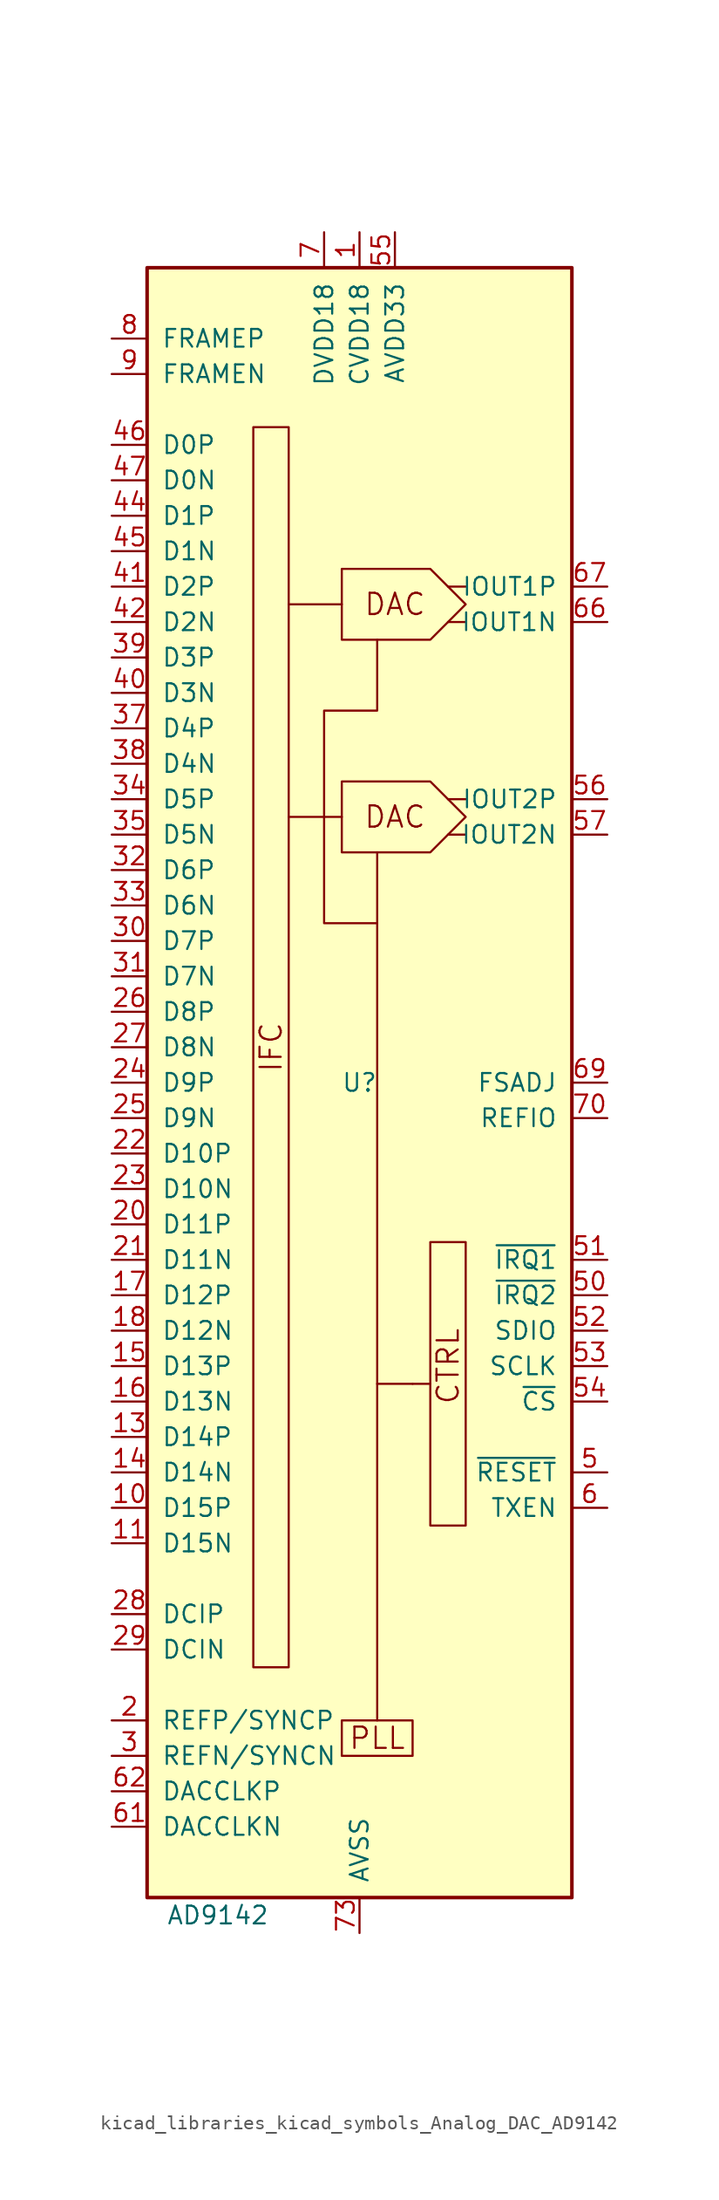
<source format=kicad_sym>
(kicad_symbol_lib
  (version 20220914)
  (generator kicad_symbol_editor)
  (symbol "kicad_libraries_kicad_symbols_Analog_DAC_AD9142"
    (pin_names
      (offset 1.016))
    (property "Reference" "U"
      (at 0 0 0)
      (effects (font (size 1.27 1.27))))
    (property "Value" "AD9142"
      (at -10.16 -59.69 0)
      (effects (font (size 1.27 1.27))))
    (symbol "kicad_libraries_kicad_symbols_Analog_DAC_AD9142_0_0"
      (rectangle (start -7.62 46.99) (end -5.08 -41.91) (stroke (width 0) (type default)) (fill (type none)))
      (rectangle (start -1.27 -45.72) (end 3.81 -48.26) (stroke (width 0) (type default)) (fill (type none)))
      (polyline (pts (xy -1.27 19.05) (xy -5.08 19.05)) (stroke (width 0) (type default)) (fill (type none)))
      (polyline (pts (xy -1.27 34.29) (xy -5.08 34.29)) (stroke (width 0) (type default)) (fill (type none)))
      (polyline (pts (xy 1.27 -45.72) (xy 1.27 16.51)) (stroke (width 0) (type default)) (fill (type none)))
      (polyline (pts (xy 3.81 -21.59) (xy 1.27 -21.59)) (stroke (width 0) (type default)) (fill (type none)))
      (polyline (pts (xy 5.08 -21.59) (xy 3.81 -21.59)) (stroke (width 0) (type default)) (fill (type none)))
      (polyline (pts (xy 6.35 17.78) (xy 7.62 17.78)) (stroke (width 0) (type default)) (fill (type none)))
      (polyline (pts (xy 6.35 20.32) (xy 7.62 20.32)) (stroke (width 0) (type default)) (fill (type none)))
      (polyline (pts (xy 6.35 33.02) (xy 7.62 33.02)) (stroke (width 0) (type default)) (fill (type none)))
      (polyline (pts (xy 6.35 35.56) (xy 7.62 35.56)) (stroke (width 0) (type default)) (fill (type none)))
      (polyline (pts (xy 1.27 11.43) (xy -2.54 11.43) (xy -2.54 26.67) (xy 1.27 26.67) (xy 1.27 31.75)) (stroke (width 0) (type default)) (fill (type none)))
      (polyline (pts (xy -1.27 21.59) (xy 5.08 21.59) (xy 7.62 19.05) (xy 5.08 16.51) (xy -1.27 16.51) (xy -1.27 21.59)) (stroke (width 0) (type default)) (fill (type none)))
      (polyline (pts (xy -1.27 36.83) (xy 5.08 36.83) (xy 7.62 34.29) (xy 5.08 31.75) (xy -1.27 31.75) (xy -1.27 36.83)) (stroke (width 0) (type default)) (fill (type none)))
      (rectangle (start 5.08 -11.43) (end 7.62 -31.75) (stroke (width 0) (type default)) (fill (type none)))
      (text "CTRL" (at 6.35 -20.32 900) (effects (font (size 1.524 1.524))))
      (text "DAC" (at 2.54 19.05 0) (effects (font (size 1.524 1.524))))
      (text "DAC" (at 2.54 34.29 0) (effects (font (size 1.524 1.524))))
      (text "IFC" (at -6.35 2.54 900) (effects (font (size 1.524 1.524))))
      (text "PLL" (at 1.27 -46.99 0) (effects (font (size 1.524 1.524)))))
    (symbol "kicad_libraries_kicad_symbols_Analog_DAC_AD9142_0_1"
      (rectangle (start -15.24 58.42) (end 15.24 -58.42) (stroke (width 0.254) (type default)) (fill (type background))))
    (symbol "kicad_libraries_kicad_symbols_Analog_DAC_AD9142_1_1"
      (pin power_in line (at 0 60.96 270) (length 2.54) (name "CVDD18" (effects (font (size 1.27 1.27)))) (number "1" (effects (font (size 1.27 1.27)))))
      (pin input line (at -17.78 -30.48 0) (length 2.54) (name "D15P" (effects (font (size 1.27 1.27)))) (number "10" (effects (font (size 1.27 1.27)))))
      (pin input line (at -17.78 -33.02 0) (length 2.54) (name "D15N" (effects (font (size 1.27 1.27)))) (number "11" (effects (font (size 1.27 1.27)))))
      (pin passive line (at -2.54 60.96 270) (length 2.54) hide (name "DVDD18" (effects (font (size 1.27 1.27)))) (number "12" (effects (font (size 1.27 1.27)))))
      (pin input line (at -17.78 -25.4 0) (length 2.54) (name "D14P" (effects (font (size 1.27 1.27)))) (number "13" (effects (font (size 1.27 1.27)))))
      (pin input line (at -17.78 -27.94 0) (length 2.54) (name "D14N" (effects (font (size 1.27 1.27)))) (number "14" (effects (font (size 1.27 1.27)))))
      (pin input line (at -17.78 -20.32 0) (length 2.54) (name "D13P" (effects (font (size 1.27 1.27)))) (number "15" (effects (font (size 1.27 1.27)))))
      (pin input line (at -17.78 -22.86 0) (length 2.54) (name "D13N" (effects (font (size 1.27 1.27)))) (number "16" (effects (font (size 1.27 1.27)))))
      (pin input line (at -17.78 -15.24 0) (length 2.54) (name "D12P" (effects (font (size 1.27 1.27)))) (number "17" (effects (font (size 1.27 1.27)))))
      (pin input line (at -17.78 -17.78 0) (length 2.54) (name "D12N" (effects (font (size 1.27 1.27)))) (number "18" (effects (font (size 1.27 1.27)))))
      (pin passive line (at -2.54 60.96 270) (length 2.54) hide (name "DVDD18" (effects (font (size 1.27 1.27)))) (number "19" (effects (font (size 1.27 1.27)))))
      (pin input line (at -17.78 -45.72 0) (length 2.54) (name "REFP/SYNCP" (effects (font (size 1.27 1.27)))) (number "2" (effects (font (size 1.27 1.27)))))
      (pin input line (at -17.78 -10.16 0) (length 2.54) (name "D11P" (effects (font (size 1.27 1.27)))) (number "20" (effects (font (size 1.27 1.27)))))
      (pin input line (at -17.78 -12.7 0) (length 2.54) (name "D11N" (effects (font (size 1.27 1.27)))) (number "21" (effects (font (size 1.27 1.27)))))
      (pin input line (at -17.78 -5.08 0) (length 2.54) (name "D10P" (effects (font (size 1.27 1.27)))) (number "22" (effects (font (size 1.27 1.27)))))
      (pin input line (at -17.78 -7.62 0) (length 2.54) (name "D10N" (effects (font (size 1.27 1.27)))) (number "23" (effects (font (size 1.27 1.27)))))
      (pin input line (at -17.78 0 0) (length 2.54) (name "D9P" (effects (font (size 1.27 1.27)))) (number "24" (effects (font (size 1.27 1.27)))))
      (pin input line (at -17.78 -2.54 0) (length 2.54) (name "D9N" (effects (font (size 1.27 1.27)))) (number "25" (effects (font (size 1.27 1.27)))))
      (pin input line (at -17.78 5.08 0) (length 2.54) (name "D8P" (effects (font (size 1.27 1.27)))) (number "26" (effects (font (size 1.27 1.27)))))
      (pin input line (at -17.78 2.54 0) (length 2.54) (name "D8N" (effects (font (size 1.27 1.27)))) (number "27" (effects (font (size 1.27 1.27)))))
      (pin input line (at -17.78 -38.1 0) (length 2.54) (name "DCIP" (effects (font (size 1.27 1.27)))) (number "28" (effects (font (size 1.27 1.27)))))
      (pin input line (at -17.78 -40.64 0) (length 2.54) (name "DCIN" (effects (font (size 1.27 1.27)))) (number "29" (effects (font (size 1.27 1.27)))))
      (pin input line (at -17.78 -48.26 0) (length 2.54) (name "REFN/SYNCN" (effects (font (size 1.27 1.27)))) (number "3" (effects (font (size 1.27 1.27)))))
      (pin input line (at -17.78 10.16 0) (length 2.54) (name "D7P" (effects (font (size 1.27 1.27)))) (number "30" (effects (font (size 1.27 1.27)))))
      (pin input line (at -17.78 7.62 0) (length 2.54) (name "D7N" (effects (font (size 1.27 1.27)))) (number "31" (effects (font (size 1.27 1.27)))))
      (pin input line (at -17.78 15.24 0) (length 2.54) (name "D6P" (effects (font (size 1.27 1.27)))) (number "32" (effects (font (size 1.27 1.27)))))
      (pin input line (at -17.78 12.7 0) (length 2.54) (name "D6N" (effects (font (size 1.27 1.27)))) (number "33" (effects (font (size 1.27 1.27)))))
      (pin input line (at -17.78 20.32 0) (length 2.54) (name "D5P" (effects (font (size 1.27 1.27)))) (number "34" (effects (font (size 1.27 1.27)))))
      (pin input line (at -17.78 17.78 0) (length 2.54) (name "D5N" (effects (font (size 1.27 1.27)))) (number "35" (effects (font (size 1.27 1.27)))))
      (pin passive line (at -2.54 60.96 270) (length 2.54) hide (name "DVDD18" (effects (font (size 1.27 1.27)))) (number "36" (effects (font (size 1.27 1.27)))))
      (pin input line (at -17.78 25.4 0) (length 2.54) (name "D4P" (effects (font (size 1.27 1.27)))) (number "37" (effects (font (size 1.27 1.27)))))
      (pin input line (at -17.78 22.86 0) (length 2.54) (name "D4N" (effects (font (size 1.27 1.27)))) (number "38" (effects (font (size 1.27 1.27)))))
      (pin input line (at -17.78 30.48 0) (length 2.54) (name "D3P" (effects (font (size 1.27 1.27)))) (number "39" (effects (font (size 1.27 1.27)))))
      (pin passive line (at 0 60.96 270) (length 2.54) hide (name "CVDD18" (effects (font (size 1.27 1.27)))) (number "4" (effects (font (size 1.27 1.27)))))
      (pin input line (at -17.78 27.94 0) (length 2.54) (name "D3N" (effects (font (size 1.27 1.27)))) (number "40" (effects (font (size 1.27 1.27)))))
      (pin input line (at -17.78 35.56 0) (length 2.54) (name "D2P" (effects (font (size 1.27 1.27)))) (number "41" (effects (font (size 1.27 1.27)))))
      (pin input line (at -17.78 33.02 0) (length 2.54) (name "D2N" (effects (font (size 1.27 1.27)))) (number "42" (effects (font (size 1.27 1.27)))))
      (pin passive line (at -2.54 60.96 270) (length 2.54) hide (name "DVDD18" (effects (font (size 1.27 1.27)))) (number "43" (effects (font (size 1.27 1.27)))))
      (pin input line (at -17.78 40.64 0) (length 2.54) (name "D1P" (effects (font (size 1.27 1.27)))) (number "44" (effects (font (size 1.27 1.27)))))
      (pin input line (at -17.78 38.1 0) (length 2.54) (name "D1N" (effects (font (size 1.27 1.27)))) (number "45" (effects (font (size 1.27 1.27)))))
      (pin input line (at -17.78 45.72 0) (length 2.54) (name "D0P" (effects (font (size 1.27 1.27)))) (number "46" (effects (font (size 1.27 1.27)))))
      (pin input line (at -17.78 43.18 0) (length 2.54) (name "D0N" (effects (font (size 1.27 1.27)))) (number "47" (effects (font (size 1.27 1.27)))))
      (pin passive line (at -2.54 60.96 270) (length 2.54) hide (name "DVDD18" (effects (font (size 1.27 1.27)))) (number "48" (effects (font (size 1.27 1.27)))))
      (pin passive line (at -2.54 60.96 270) (length 2.54) hide (name "DVDD18" (effects (font (size 1.27 1.27)))) (number "49" (effects (font (size 1.27 1.27)))))
      (pin input line (at 17.78 -27.94 180) (length 2.54) (name "~{RESET}" (effects (font (size 1.27 1.27)))) (number "5" (effects (font (size 1.27 1.27)))))
      (pin input line (at 17.78 -15.24 180) (length 2.54) (name "~{IRQ2}" (effects (font (size 1.27 1.27)))) (number "50" (effects (font (size 1.27 1.27)))))
      (pin input line (at 17.78 -12.7 180) (length 2.54) (name "~{IRQ1}" (effects (font (size 1.27 1.27)))) (number "51" (effects (font (size 1.27 1.27)))))
      (pin bidirectional line (at 17.78 -17.78 180) (length 2.54) (name "SDIO" (effects (font (size 1.27 1.27)))) (number "52" (effects (font (size 1.27 1.27)))))
      (pin input line (at 17.78 -20.32 180) (length 2.54) (name "SCLK" (effects (font (size 1.27 1.27)))) (number "53" (effects (font (size 1.27 1.27)))))
      (pin input line (at 17.78 -22.86 180) (length 2.54) (name "~{CS}" (effects (font (size 1.27 1.27)))) (number "54" (effects (font (size 1.27 1.27)))))
      (pin power_in line (at 2.54 60.96 270) (length 2.54) (name "AVDD33" (effects (font (size 1.27 1.27)))) (number "55" (effects (font (size 1.27 1.27)))))
      (pin output line (at 17.78 20.32 180) (length 2.54) (name "IOUT2P" (effects (font (size 1.27 1.27)))) (number "56" (effects (font (size 1.27 1.27)))))
      (pin output line (at 17.78 17.78 180) (length 2.54) (name "IOUT2N" (effects (font (size 1.27 1.27)))) (number "57" (effects (font (size 1.27 1.27)))))
      (pin passive line (at 2.54 60.96 270) (length 2.54) hide (name "AVDD33" (effects (font (size 1.27 1.27)))) (number "58" (effects (font (size 1.27 1.27)))))
      (pin passive line (at 0 60.96 270) (length 2.54) hide (name "CVDD18" (effects (font (size 1.27 1.27)))) (number "59" (effects (font (size 1.27 1.27)))))
      (pin input line (at 17.78 -30.48 180) (length 2.54) (name "TXEN" (effects (font (size 1.27 1.27)))) (number "6" (effects (font (size 1.27 1.27)))))
      (pin passive line (at 0 60.96 270) (length 2.54) hide (name "CVDD18" (effects (font (size 1.27 1.27)))) (number "60" (effects (font (size 1.27 1.27)))))
      (pin input line (at -17.78 -53.34 0) (length 2.54) (name "DACCLKN" (effects (font (size 1.27 1.27)))) (number "61" (effects (font (size 1.27 1.27)))))
      (pin input line (at -17.78 -50.8 0) (length 2.54) (name "DACCLKP" (effects (font (size 1.27 1.27)))) (number "62" (effects (font (size 1.27 1.27)))))
      (pin passive line (at 0 60.96 270) (length 2.54) hide (name "CVDD18" (effects (font (size 1.27 1.27)))) (number "63" (effects (font (size 1.27 1.27)))))
      (pin passive line (at 0 60.96 270) (length 2.54) hide (name "CVDD18" (effects (font (size 1.27 1.27)))) (number "64" (effects (font (size 1.27 1.27)))))
      (pin passive line (at 2.54 60.96 270) (length 2.54) hide (name "AVDD33" (effects (font (size 1.27 1.27)))) (number "65" (effects (font (size 1.27 1.27)))))
      (pin output line (at 17.78 33.02 180) (length 2.54) (name "IOUT1N" (effects (font (size 1.27 1.27)))) (number "66" (effects (font (size 1.27 1.27)))))
      (pin output line (at 17.78 35.56 180) (length 2.54) (name "IOUT1P" (effects (font (size 1.27 1.27)))) (number "67" (effects (font (size 1.27 1.27)))))
      (pin passive line (at 2.54 60.96 270) (length 2.54) hide (name "AVDD33" (effects (font (size 1.27 1.27)))) (number "68" (effects (font (size 1.27 1.27)))))
      (pin input line (at 17.78 0 180) (length 2.54) (name "FSADJ" (effects (font (size 1.27 1.27)))) (number "69" (effects (font (size 1.27 1.27)))))
      (pin power_in line (at -2.54 60.96 270) (length 2.54) (name "DVDD18" (effects (font (size 1.27 1.27)))) (number "7" (effects (font (size 1.27 1.27)))))
      (pin input line (at 17.78 -2.54 180) (length 2.54) (name "REFIO" (effects (font (size 1.27 1.27)))) (number "70" (effects (font (size 1.27 1.27)))))
      (pin passive line (at 0 60.96 270) (length 2.54) hide (name "CVDD18" (effects (font (size 1.27 1.27)))) (number "71" (effects (font (size 1.27 1.27)))))
      (pin passive line (at 0 60.96 270) (length 2.54) hide (name "CVDD18" (effects (font (size 1.27 1.27)))) (number "72" (effects (font (size 1.27 1.27)))))
      (pin power_in line (at 0 -60.96 90) (length 2.54) (name "AVSS" (effects (font (size 1.27 1.27)))) (number "73" (effects (font (size 1.27 1.27)))))
      (pin input line (at -17.78 53.34 0) (length 2.54) (name "FRAMEP" (effects (font (size 1.27 1.27)))) (number "8" (effects (font (size 1.27 1.27)))))
      (pin input line (at -17.78 50.8 0) (length 2.54) (name "FRAMEN" (effects (font (size 1.27 1.27)))) (number "9" (effects (font (size 1.27 1.27))))))))
</source>
